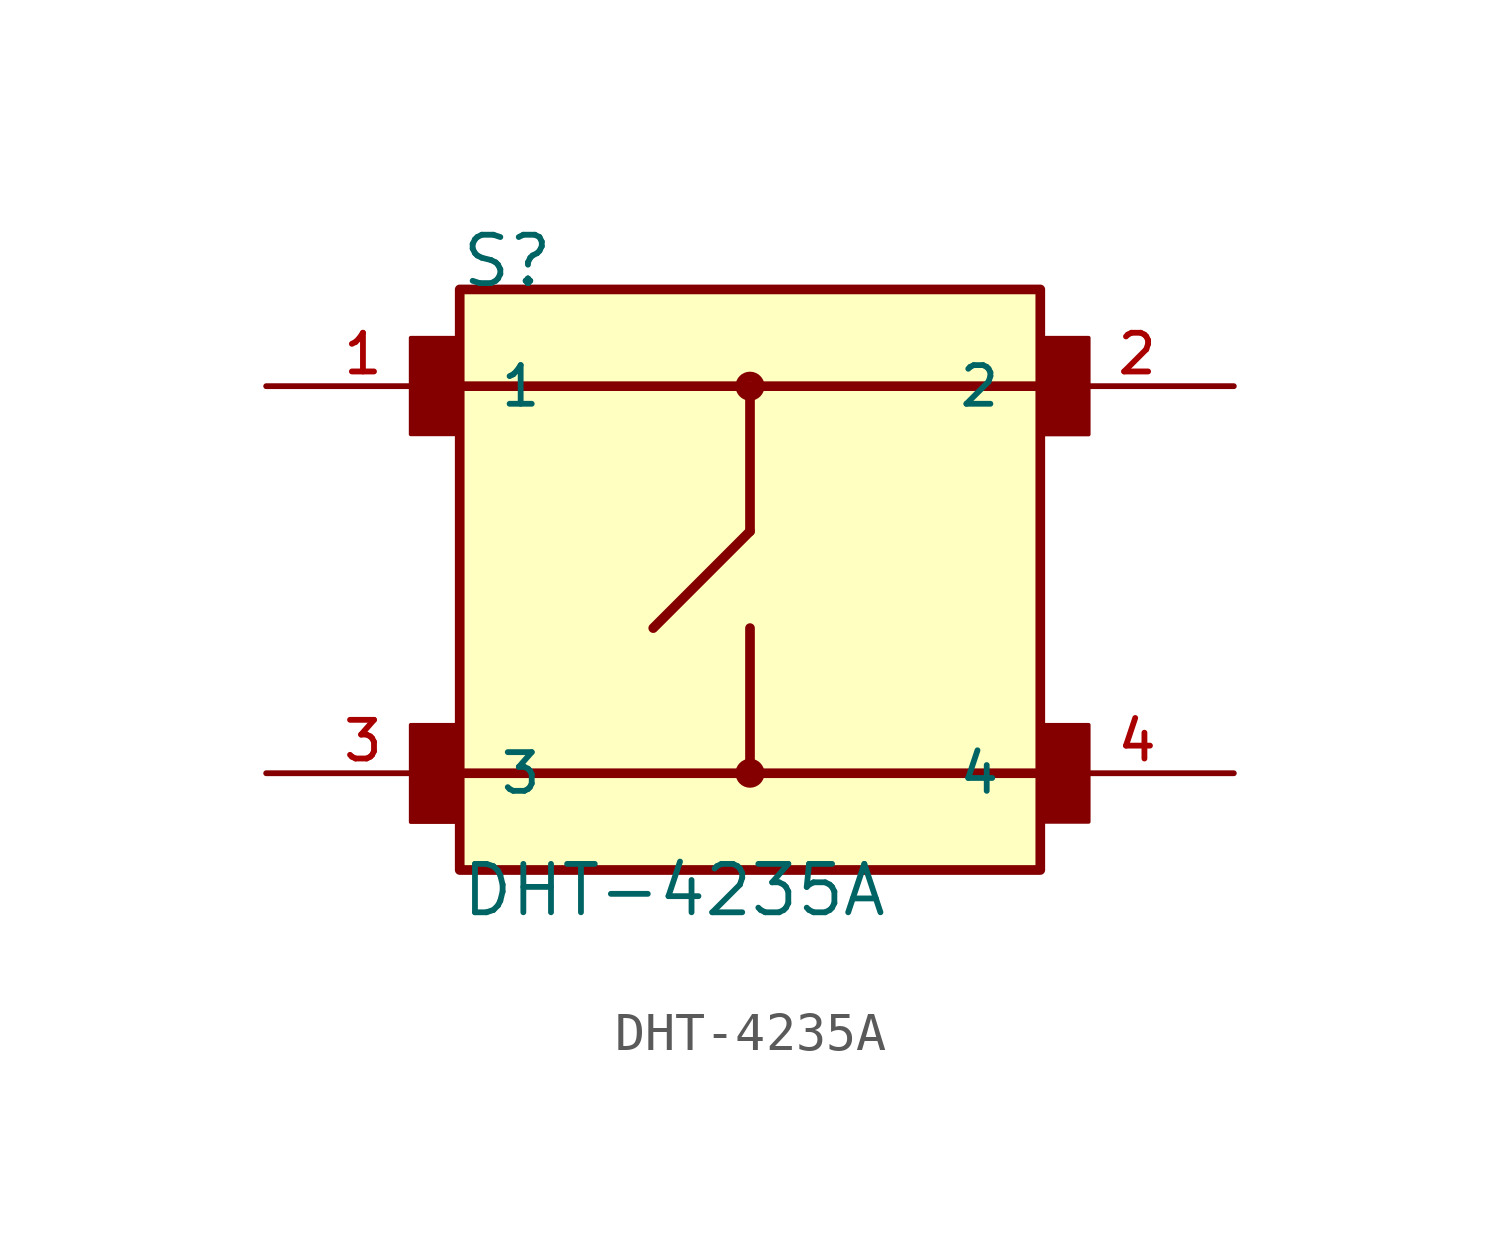
<source format=kicad_sym>
(kicad_symbol_lib
  (version 20211014)
  (generator kicad_symbol_editor)
  (symbol "DHT-4235A"
    (pin_names
      (offset 1.016))
    (property "Reference" "S"
      (at -7.622 7.622 0)
      (effects (font (size 1.27 1.27)) (justify bottom left)))
    (property "Value" "DHT-4235A"
      (at -7.622 -8.893 0)
      (effects (font (size 1.27 1.27)) (justify bottom left)))
    (symbol "DHT-4235A_0_0"
      (polyline (pts (xy 7.62 -5.08) (xy 0.0 -5.08)) (stroke (width 0.254)))
      (polyline (pts (xy 0.0 -5.08) (xy -7.62 -5.08)) (stroke (width 0.254)))
      (polyline (pts (xy 7.62 5.08) (xy 0.0 5.08)) (stroke (width 0.254)))
      (polyline (pts (xy 0.0 5.08) (xy -7.62 5.08)) (stroke (width 0.254)))
      (polyline (pts (xy 0.0 -5.08) (xy 0.0 -1.27)) (stroke (width 0.254)))
      (polyline (pts (xy 0.0 5.08) (xy 0.0 1.27)) (stroke (width 0.254)))
      (polyline (pts (xy 0.0 1.27) (xy -2.54 -1.27)) (stroke (width 0.254)))
      (circle (center 0.0 -5.08) (radius 0.254) (stroke (width 0.254)) (fill (type none)))
      (circle (center 0.0 5.08) (radius 0.254) (stroke (width 0.254)) (fill (type none)))
      (rectangle (start 7.626 -6.355) (end 8.89 -3.81) (stroke (width 0.1)) (fill (type outline)))
      (rectangle (start -8.905 -6.361) (end -7.62 -3.81) (stroke (width 0.1)) (fill (type outline)))
      (rectangle (start -8.906 3.817) (end -7.62 6.35) (stroke (width 0.1)) (fill (type outline)))
      (rectangle (start 7.626 3.813) (end 8.89 6.35) (stroke (width 0.1)) (fill (type outline)))
      (rectangle (start -7.62 -7.62) (end 7.62 7.62) (stroke (width 0.254)) (fill (type background)))
      (pin passive line (at -12.7 5.08 0) (length 5.08) (name "1" (effects (font (size 1.016 1.016)))) (number "1" (effects (font (size 1.016 1.016)))))
      (pin passive line (at 12.7 5.08 180.0) (length 5.08) (name "2" (effects (font (size 1.016 1.016)))) (number "2" (effects (font (size 1.016 1.016)))))
      (pin passive line (at -12.7 -5.08 0) (length 5.08) (name "3" (effects (font (size 1.016 1.016)))) (number "3" (effects (font (size 1.016 1.016)))))
      (pin passive line (at 12.7 -5.08 180.0) (length 5.08) (name "4" (effects (font (size 1.016 1.016)))) (number "4" (effects (font (size 1.016 1.016))))))))
</source>
